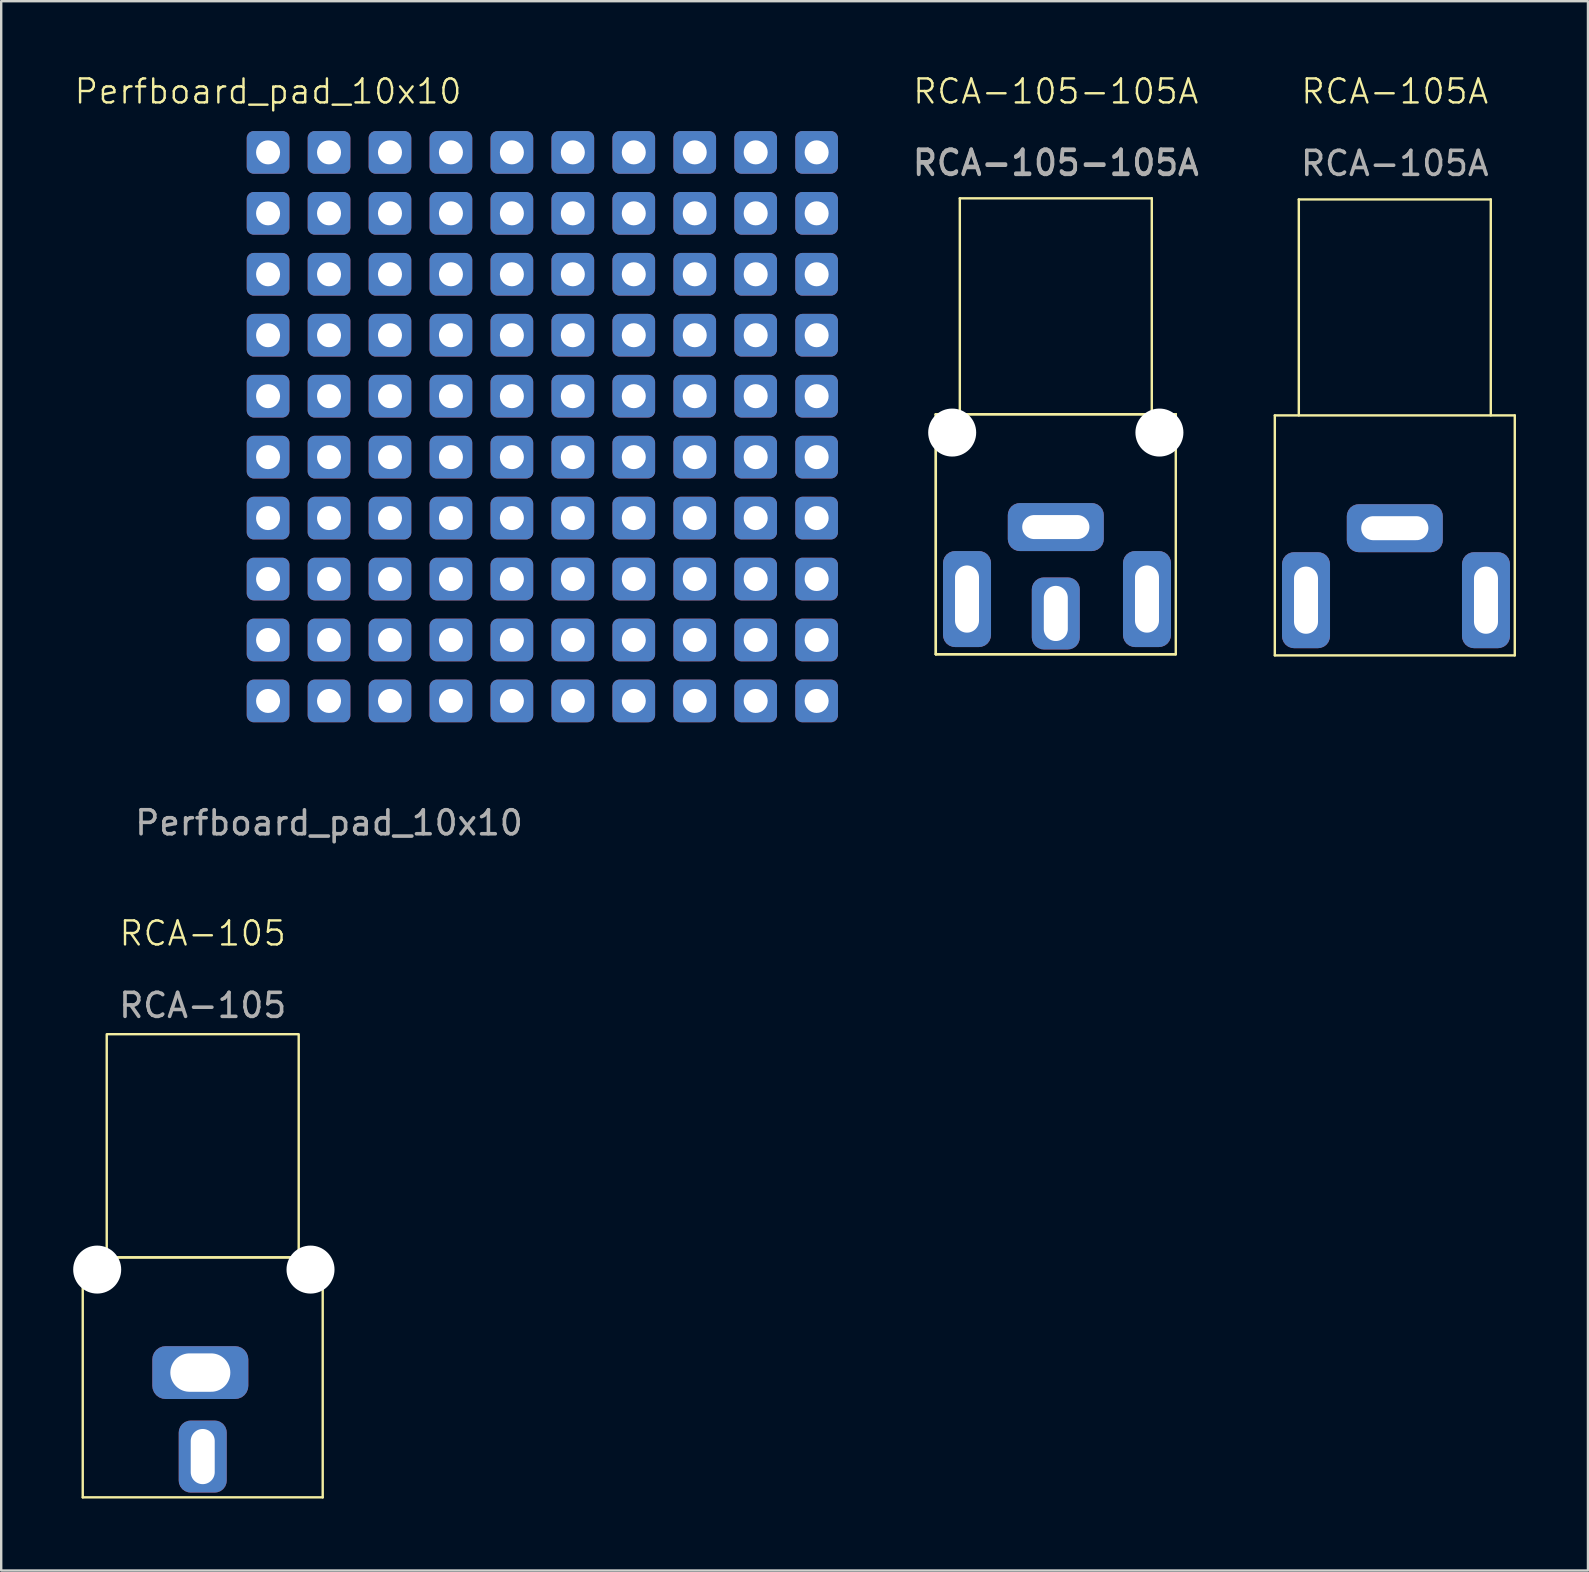
<source format=kicad_pcb>
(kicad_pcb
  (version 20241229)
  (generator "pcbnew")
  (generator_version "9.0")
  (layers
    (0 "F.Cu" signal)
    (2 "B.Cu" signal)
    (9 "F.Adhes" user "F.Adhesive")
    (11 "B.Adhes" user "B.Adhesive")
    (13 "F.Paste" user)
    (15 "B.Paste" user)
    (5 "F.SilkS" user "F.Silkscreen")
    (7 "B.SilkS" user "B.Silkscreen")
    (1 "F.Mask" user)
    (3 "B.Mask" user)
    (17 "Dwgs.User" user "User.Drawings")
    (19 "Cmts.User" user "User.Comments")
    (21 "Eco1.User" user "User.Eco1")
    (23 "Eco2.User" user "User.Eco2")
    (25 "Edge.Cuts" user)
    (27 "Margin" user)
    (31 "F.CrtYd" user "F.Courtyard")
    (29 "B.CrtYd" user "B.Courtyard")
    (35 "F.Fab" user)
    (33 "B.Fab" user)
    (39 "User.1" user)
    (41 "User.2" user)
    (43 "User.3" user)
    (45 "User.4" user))
  (footprint "RCA-105A"
    (layer "F.Cu")
    (at 55.075 14.261)
    (property "Reference" "RCA-105A" (at 0 -13.5 0) (unlocked yes) (layer "F.SilkS") (effects (font (size 1 1) (thickness 0.1))))
    (attr smd)
    (fp_line (start -5 0) (end 5 0) (stroke (width 0.1) (type default)) (layer "F.SilkS"))
    (fp_line (start -5 10) (end -5 0) (stroke (width 0.1) (type default)) (layer "F.SilkS"))
    (fp_line (start -4 -9) (end 4 -9) (stroke (width 0.1) (type default)) (layer "F.SilkS"))
    (fp_line (start -4 0) (end -4 -9) (stroke (width 0.1) (type default)) (layer "F.SilkS"))
    (fp_line (start 4 0) (end 4 -9) (stroke (width 0.1) (type default)) (layer "F.SilkS"))
    (fp_line (start 5 0) (end 5 10) (stroke (width 0.1) (type default)) (layer "F.SilkS"))
    (fp_line (start 5 10) (end -5 10) (stroke (width 0.1) (type default)) (layer "F.SilkS"))
    (fp_text user "${REFERENCE}" (at 0 -10.5 0) (unlocked yes) (layer "F.Fab") (effects (font (size 1 1) (thickness 0.15))))
    (pad "1" thru_hole roundrect (at -3.7 7.7 90) (size 4 2) (drill oval 2.8 1) (layers "*.Cu" "*.Mask") (roundrect_rratio 0.25))
    (pad "1" thru_hole roundrect (at 3.8 7.7 90) (size 4 2) (drill oval 2.8 1) (layers "*.Cu" "*.Mask") (roundrect_rratio 0.25))
    (pad "2" thru_hole roundrect (at 0 4.7) (size 4 2) (drill oval 2.8 1) (layers "*.Cu" "*.Mask") (roundrect_rratio 0.25)))
  (footprint "RCA-105"
    (layer "F.Cu")
    (at 5.318 49.349)
    (property "Reference" "RCA-105" (at 0.08 -13.5 0) (unlocked yes) (layer "F.SilkS") (effects (font (size 1 1) (thickness 0.1))))
    (attr smd)
    (fp_line (start -4.92 0) (end 5.08 0) (stroke (width 0.1) (type default)) (layer "F.SilkS"))
    (fp_line (start -4.92 10) (end -4.92 0) (stroke (width 0.1) (type default)) (layer "F.SilkS"))
    (fp_line (start 5.08 0) (end 5.08 10) (stroke (width 0.1) (type default)) (layer "F.SilkS"))
    (fp_line (start 5.08 10) (end -4.92 10) (stroke (width 0.1) (type default)) (layer "F.SilkS"))
    (fp_rect (start -3.92 -9.3) (end 4.08 0) (stroke (width 0.1) (type default)) (fill no) (layer "F.SilkS"))
    (fp_text user "${REFERENCE}" (at 0.08 -10.5 0) (unlocked yes) (layer "F.Fab") (effects (font (size 1 1) (thickness 0.15))))
    (pad "" np_thru_hole circle (at -4.318 0.508) (size 2 2) (drill 2) (layers "*.Cu" "*.Mask"))
    (pad "" np_thru_hole circle (at 4.572 0.508) (size 2 2) (drill 2) (layers "*.Cu" "*.Mask"))
    (pad "1" thru_hole roundrect (at 0.08 8.3 90) (size 3 2) (drill oval 2.3 1) (layers "*.Cu" "*.Mask") (roundrect_rratio 0.25))
    (pad "2" thru_hole roundrect (at -0.02 4.8) (size 4 2.2) (drill oval 2.5 1.6) (layers "*.Cu" "*.Mask") (roundrect_rratio 0.25)))
  (footprint "RCA-105-105A"
    (layer "F.Cu")
    (at 40.948 14.214)
    (property "Reference" "RCA-105-105A" (at 0 -13.454 0) (unlocked yes) (layer "F.SilkS") (effects (font (size 1 1) (thickness 0.1))))
    (attr smd)
    (fp_line (start -5 0) (end 5 0) (stroke (width 0.1) (type default)) (layer "F.SilkS"))
    (fp_line (start -5 0) (end 5 0) (stroke (width 0.1) (type default)) (layer "F.SilkS"))
    (fp_line (start -5 10) (end -5 0) (stroke (width 0.1) (type default)) (layer "F.SilkS"))
    (fp_line (start -5 10) (end -5 0) (stroke (width 0.1) (type default)) (layer "F.SilkS"))
    (fp_line (start -4 -9) (end 4 -9) (stroke (width 0.1) (type default)) (layer "F.SilkS"))
    (fp_line (start -4 0) (end -4 -9) (stroke (width 0.1) (type default)) (layer "F.SilkS"))
    (fp_line (start 4 0) (end 4 -9) (stroke (width 0.1) (type default)) (layer "F.SilkS"))
    (fp_line (start 5 0) (end 5 10) (stroke (width 0.1) (type default)) (layer "F.SilkS"))
    (fp_line (start 5 10) (end -5 10) (stroke (width 0.1) (type default)) (layer "F.SilkS"))
    (fp_line (start 5 10) (end -5 10) (stroke (width 0.1) (type default)) (layer "F.SilkS"))
    (fp_text user "${REFERENCE}" (at 0 -10.454 0) (unlocked yes) (layer "F.Fab") (effects (font (size 1 1) (thickness 0.15))))
    (fp_text user "${REFERENCE}" (at 0 -10.5 0) (unlocked yes) (layer "F.Fab") (effects (font (size 1 1) (thickness 0.15))))
    (pad "" np_thru_hole circle (at -4.318 0.762) (size 2 2) (drill 2) (layers "*.Cu" "*.Mask"))
    (pad "" np_thru_hole circle (at 4.318 0.762) (size 2 2) (drill 2) (layers "*.Cu" "*.Mask"))
    (pad "1" thru_hole roundrect (at -3.7 7.7 90) (size 4 2) (drill oval 2.8 1) (layers "*.Cu" "*.Mask") (roundrect_rratio 0.25))
    (pad "1" thru_hole roundrect (at 0 8.3 90) (size 3 2) (drill oval 2.3 1) (layers "*.Cu" "*.Mask") (roundrect_rratio 0.25))
    (pad "1" thru_hole roundrect (at 3.8 7.7 90) (size 4 2) (drill oval 2.8 1) (layers "*.Cu" "*.Mask") (roundrect_rratio 0.25))
    (pad "2" thru_hole roundrect (at 0 4.7) (size 4 2) (drill oval 2.8 1) (layers "*.Cu" "*.Mask") (roundrect_rratio 0.25)))
  (footprint "Perfboard_pad_10x10"
    (layer "F.Cu")
    (at 8.121 3.3)
    (property "Reference" "Perfboard_pad_10x10" (at 0 -2.54 0) (unlocked yes) (layer "F.SilkS") (effects (font (size 1 1) (thickness 0.1))))
    (attr through_hole board_only exclude_from_pos_files exclude_from_bom allow_missing_courtyard)
    (fp_text user "${REFERENCE}" (at 2.54 27.94 0) (unlocked yes) (layer "F.Fab") (effects (font (size 1 1) (thickness 0.15))))
    (pad "" thru_hole roundrect (at 0 0) (size 1.778 1.778) (drill 1) (layers "*.Cu" "*.Mask") (roundrect_rratio 0.164))
    (pad "" thru_hole roundrect (at 0 2.54) (size 1.778 1.778) (drill 1) (layers "*.Cu" "*.Mask") (roundrect_rratio 0.164))
    (pad "" thru_hole roundrect (at 0 5.08) (size 1.778 1.778) (drill 1) (layers "*.Cu" "*.Mask") (roundrect_rratio 0.164))
    (pad "" thru_hole roundrect (at 0 7.62) (size 1.778 1.778) (drill 1) (layers "*.Cu" "*.Mask") (roundrect_rratio 0.164))
    (pad "" thru_hole roundrect (at 0 10.16) (size 1.778 1.778) (drill 1) (layers "*.Cu" "*.Mask") (roundrect_rratio 0.164))
    (pad "" thru_hole roundrect (at 0 12.7) (size 1.778 1.778) (drill 1) (layers "*.Cu" "*.Mask") (roundrect_rratio 0.164))
    (pad "" thru_hole roundrect (at 0 15.24) (size 1.778 1.778) (drill 1) (layers "*.Cu" "*.Mask") (roundrect_rratio 0.164))
    (pad "" thru_hole roundrect (at 0 17.78) (size 1.778 1.778) (drill 1) (layers "*.Cu" "*.Mask") (roundrect_rratio 0.164))
    (pad "" thru_hole roundrect (at 0 20.32) (size 1.778 1.778) (drill 1) (layers "*.Cu" "*.Mask") (roundrect_rratio 0.164))
    (pad "" thru_hole roundrect (at 0 22.86) (size 1.778 1.778) (drill 1) (layers "*.Cu" "*.Mask") (roundrect_rratio 0.164))
    (pad "" thru_hole roundrect (at 2.54 0) (size 1.778 1.778) (drill 1) (layers "*.Cu" "*.Mask") (roundrect_rratio 0.164))
    (pad "" thru_hole roundrect (at 2.54 2.54) (size 1.778 1.778) (drill 1) (layers "*.Cu" "*.Mask") (roundrect_rratio 0.164))
    (pad "" thru_hole roundrect (at 2.54 5.08) (size 1.778 1.778) (drill 1) (layers "*.Cu" "*.Mask") (roundrect_rratio 0.164))
    (pad "" thru_hole roundrect (at 2.54 7.62) (size 1.778 1.778) (drill 1) (layers "*.Cu" "*.Mask") (roundrect_rratio 0.164))
    (pad "" thru_hole roundrect (at 2.54 10.16) (size 1.778 1.778) (drill 1) (layers "*.Cu" "*.Mask") (roundrect_rratio 0.164))
    (pad "" thru_hole roundrect (at 2.54 12.7) (size 1.778 1.778) (drill 1) (layers "*.Cu" "*.Mask") (roundrect_rratio 0.164))
    (pad "" thru_hole roundrect (at 2.54 15.24) (size 1.778 1.778) (drill 1) (layers "*.Cu" "*.Mask") (roundrect_rratio 0.164))
    (pad "" thru_hole roundrect (at 2.54 17.78) (size 1.778 1.778) (drill 1) (layers "*.Cu" "*.Mask") (roundrect_rratio 0.164))
    (pad "" thru_hole roundrect (at 2.54 20.32) (size 1.778 1.778) (drill 1) (layers "*.Cu" "*.Mask") (roundrect_rratio 0.164))
    (pad "" thru_hole roundrect (at 2.54 22.86) (size 1.778 1.778) (drill 1) (layers "*.Cu" "*.Mask") (roundrect_rratio 0.164))
    (pad "" thru_hole roundrect (at 5.08 0) (size 1.778 1.778) (drill 1) (layers "*.Cu" "*.Mask") (roundrect_rratio 0.164))
    (pad "" thru_hole roundrect (at 5.08 2.54) (size 1.778 1.778) (drill 1) (layers "*.Cu" "*.Mask") (roundrect_rratio 0.164))
    (pad "" thru_hole roundrect (at 5.08 5.08) (size 1.778 1.778) (drill 1) (layers "*.Cu" "*.Mask") (roundrect_rratio 0.164))
    (pad "" thru_hole roundrect (at 5.08 7.62) (size 1.778 1.778) (drill 1) (layers "*.Cu" "*.Mask") (roundrect_rratio 0.164))
    (pad "" thru_hole roundrect (at 5.08 10.16) (size 1.778 1.778) (drill 1) (layers "*.Cu" "*.Mask") (roundrect_rratio 0.164))
    (pad "" thru_hole roundrect (at 5.08 12.7) (size 1.778 1.778) (drill 1) (layers "*.Cu" "*.Mask") (roundrect_rratio 0.164))
    (pad "" thru_hole roundrect (at 5.08 15.24) (size 1.778 1.778) (drill 1) (layers "*.Cu" "*.Mask") (roundrect_rratio 0.164))
    (pad "" thru_hole roundrect (at 5.08 17.78) (size 1.778 1.778) (drill 1) (layers "*.Cu" "*.Mask") (roundrect_rratio 0.164))
    (pad "" thru_hole roundrect (at 5.08 20.32) (size 1.778 1.778) (drill 1) (layers "*.Cu" "*.Mask") (roundrect_rratio 0.164))
    (pad "" thru_hole roundrect (at 5.08 22.86) (size 1.778 1.778) (drill 1) (layers "*.Cu" "*.Mask") (roundrect_rratio 0.164))
    (pad "" thru_hole roundrect (at 7.62 0) (size 1.778 1.778) (drill 1) (layers "*.Cu" "*.Mask") (roundrect_rratio 0.164))
    (pad "" thru_hole roundrect (at 7.62 2.54) (size 1.778 1.778) (drill 1) (layers "*.Cu" "*.Mask") (roundrect_rratio 0.164))
    (pad "" thru_hole roundrect (at 7.62 5.08) (size 1.778 1.778) (drill 1) (layers "*.Cu" "*.Mask") (roundrect_rratio 0.164))
    (pad "" thru_hole roundrect (at 7.62 7.62) (size 1.778 1.778) (drill 1) (layers "*.Cu" "*.Mask") (roundrect_rratio 0.164))
    (pad "" thru_hole roundrect (at 7.62 10.16) (size 1.778 1.778) (drill 1) (layers "*.Cu" "*.Mask") (roundrect_rratio 0.164))
    (pad "" thru_hole roundrect (at 7.62 12.7) (size 1.778 1.778) (drill 1) (layers "*.Cu" "*.Mask") (roundrect_rratio 0.164))
    (pad "" thru_hole roundrect (at 7.62 15.24) (size 1.778 1.778) (drill 1) (layers "*.Cu" "*.Mask") (roundrect_rratio 0.164))
    (pad "" thru_hole roundrect (at 7.62 17.78) (size 1.778 1.778) (drill 1) (layers "*.Cu" "*.Mask") (roundrect_rratio 0.164))
    (pad "" thru_hole roundrect (at 7.62 20.32) (size 1.778 1.778) (drill 1) (layers "*.Cu" "*.Mask") (roundrect_rratio 0.164))
    (pad "" thru_hole roundrect (at 7.62 22.86) (size 1.778 1.778) (drill 1) (layers "*.Cu" "*.Mask") (roundrect_rratio 0.164))
    (pad "" thru_hole roundrect (at 10.16 0) (size 1.778 1.778) (drill 1) (layers "*.Cu" "*.Mask") (roundrect_rratio 0.164))
    (pad "" thru_hole roundrect (at 10.16 2.54) (size 1.778 1.778) (drill 1) (layers "*.Cu" "*.Mask") (roundrect_rratio 0.164))
    (pad "" thru_hole roundrect (at 10.16 5.08) (size 1.778 1.778) (drill 1) (layers "*.Cu" "*.Mask") (roundrect_rratio 0.164))
    (pad "" thru_hole roundrect (at 10.16 7.62) (size 1.778 1.778) (drill 1) (layers "*.Cu" "*.Mask") (roundrect_rratio 0.164))
    (pad "" thru_hole roundrect (at 10.16 10.16) (size 1.778 1.778) (drill 1) (layers "*.Cu" "*.Mask") (roundrect_rratio 0.164))
    (pad "" thru_hole roundrect (at 10.16 12.7) (size 1.778 1.778) (drill 1) (layers "*.Cu" "*.Mask") (roundrect_rratio 0.164))
    (pad "" thru_hole roundrect (at 10.16 15.24) (size 1.778 1.778) (drill 1) (layers "*.Cu" "*.Mask") (roundrect_rratio 0.164))
    (pad "" thru_hole roundrect (at 10.16 17.78) (size 1.778 1.778) (drill 1) (layers "*.Cu" "*.Mask") (roundrect_rratio 0.164))
    (pad "" thru_hole roundrect (at 10.16 20.32) (size 1.778 1.778) (drill 1) (layers "*.Cu" "*.Mask") (roundrect_rratio 0.164))
    (pad "" thru_hole roundrect (at 10.16 22.86) (size 1.778 1.778) (drill 1) (layers "*.Cu" "*.Mask") (roundrect_rratio 0.164))
    (pad "" thru_hole roundrect (at 12.7 0) (size 1.778 1.778) (drill 1) (layers "*.Cu" "*.Mask") (roundrect_rratio 0.164))
    (pad "" thru_hole roundrect (at 12.7 2.54) (size 1.778 1.778) (drill 1) (layers "*.Cu" "*.Mask") (roundrect_rratio 0.164))
    (pad "" thru_hole roundrect (at 12.7 5.08) (size 1.778 1.778) (drill 1) (layers "*.Cu" "*.Mask") (roundrect_rratio 0.164))
    (pad "" thru_hole roundrect (at 12.7 7.62) (size 1.778 1.778) (drill 1) (layers "*.Cu" "*.Mask") (roundrect_rratio 0.164))
    (pad "" thru_hole roundrect (at 12.7 10.16) (size 1.778 1.778) (drill 1) (layers "*.Cu" "*.Mask") (roundrect_rratio 0.164))
    (pad "" thru_hole roundrect (at 12.7 12.7) (size 1.778 1.778) (drill 1) (layers "*.Cu" "*.Mask") (roundrect_rratio 0.164))
    (pad "" thru_hole roundrect (at 12.7 15.24) (size 1.778 1.778) (drill 1) (layers "*.Cu" "*.Mask") (roundrect_rratio 0.164))
    (pad "" thru_hole roundrect (at 12.7 17.78) (size 1.778 1.778) (drill 1) (layers "*.Cu" "*.Mask") (roundrect_rratio 0.164))
    (pad "" thru_hole roundrect (at 12.7 20.32) (size 1.778 1.778) (drill 1) (layers "*.Cu" "*.Mask") (roundrect_rratio 0.164))
    (pad "" thru_hole roundrect (at 12.7 22.86) (size 1.778 1.778) (drill 1) (layers "*.Cu" "*.Mask") (roundrect_rratio 0.164))
    (pad "" thru_hole roundrect (at 15.24 0) (size 1.778 1.778) (drill 1) (layers "*.Cu" "*.Mask") (roundrect_rratio 0.164))
    (pad "" thru_hole roundrect (at 15.24 2.54) (size 1.778 1.778) (drill 1) (layers "*.Cu" "*.Mask") (roundrect_rratio 0.164))
    (pad "" thru_hole roundrect (at 15.24 5.08) (size 1.778 1.778) (drill 1) (layers "*.Cu" "*.Mask") (roundrect_rratio 0.164))
    (pad "" thru_hole roundrect (at 15.24 7.62) (size 1.778 1.778) (drill 1) (layers "*.Cu" "*.Mask") (roundrect_rratio 0.164))
    (pad "" thru_hole roundrect (at 15.24 10.16) (size 1.778 1.778) (drill 1) (layers "*.Cu" "*.Mask") (roundrect_rratio 0.164))
    (pad "" thru_hole roundrect (at 15.24 12.7) (size 1.778 1.778) (drill 1) (layers "*.Cu" "*.Mask") (roundrect_rratio 0.164))
    (pad "" thru_hole roundrect (at 15.24 15.24) (size 1.778 1.778) (drill 1) (layers "*.Cu" "*.Mask") (roundrect_rratio 0.164))
    (pad "" thru_hole roundrect (at 15.24 17.78) (size 1.778 1.778) (drill 1) (layers "*.Cu" "*.Mask") (roundrect_rratio 0.164))
    (pad "" thru_hole roundrect (at 15.24 20.32) (size 1.778 1.778) (drill 1) (layers "*.Cu" "*.Mask") (roundrect_rratio 0.164))
    (pad "" thru_hole roundrect (at 15.24 22.86) (size 1.778 1.778) (drill 1) (layers "*.Cu" "*.Mask") (roundrect_rratio 0.164))
    (pad "" thru_hole roundrect (at 17.78 0) (size 1.778 1.778) (drill 1) (layers "*.Cu" "*.Mask") (roundrect_rratio 0.164))
    (pad "" thru_hole roundrect (at 17.78 2.54) (size 1.778 1.778) (drill 1) (layers "*.Cu" "*.Mask") (roundrect_rratio 0.164))
    (pad "" thru_hole roundrect (at 17.78 5.08) (size 1.778 1.778) (drill 1) (layers "*.Cu" "*.Mask") (roundrect_rratio 0.164))
    (pad "" thru_hole roundrect (at 17.78 7.62) (size 1.778 1.778) (drill 1) (layers "*.Cu" "*.Mask") (roundrect_rratio 0.164))
    (pad "" thru_hole roundrect (at 17.78 10.16) (size 1.778 1.778) (drill 1) (layers "*.Cu" "*.Mask") (roundrect_rratio 0.164))
    (pad "" thru_hole roundrect (at 17.78 12.7) (size 1.778 1.778) (drill 1) (layers "*.Cu" "*.Mask") (roundrect_rratio 0.164))
    (pad "" thru_hole roundrect (at 17.78 15.24) (size 1.778 1.778) (drill 1) (layers "*.Cu" "*.Mask") (roundrect_rratio 0.164))
    (pad "" thru_hole roundrect (at 17.78 17.78) (size 1.778 1.778) (drill 1) (layers "*.Cu" "*.Mask") (roundrect_rratio 0.164))
    (pad "" thru_hole roundrect (at 17.78 20.32) (size 1.778 1.778) (drill 1) (layers "*.Cu" "*.Mask") (roundrect_rratio 0.164))
    (pad "" thru_hole roundrect (at 17.78 22.86) (size 1.778 1.778) (drill 1) (layers "*.Cu" "*.Mask") (roundrect_rratio 0.164))
    (pad "" thru_hole roundrect (at 20.32 0) (size 1.778 1.778) (drill 1) (layers "*.Cu" "*.Mask") (roundrect_rratio 0.164))
    (pad "" thru_hole roundrect (at 20.32 2.54) (size 1.778 1.778) (drill 1) (layers "*.Cu" "*.Mask") (roundrect_rratio 0.164))
    (pad "" thru_hole roundrect (at 20.32 5.08) (size 1.778 1.778) (drill 1) (layers "*.Cu" "*.Mask") (roundrect_rratio 0.164))
    (pad "" thru_hole roundrect (at 20.32 7.62) (size 1.778 1.778) (drill 1) (layers "*.Cu" "*.Mask") (roundrect_rratio 0.164))
    (pad "" thru_hole roundrect (at 20.32 10.16) (size 1.778 1.778) (drill 1) (layers "*.Cu" "*.Mask") (roundrect_rratio 0.164))
    (pad "" thru_hole roundrect (at 20.32 12.7) (size 1.778 1.778) (drill 1) (layers "*.Cu" "*.Mask") (roundrect_rratio 0.164))
    (pad "" thru_hole roundrect (at 20.32 15.24) (size 1.778 1.778) (drill 1) (layers "*.Cu" "*.Mask") (roundrect_rratio 0.164))
    (pad "" thru_hole roundrect (at 20.32 17.78) (size 1.778 1.778) (drill 1) (layers "*.Cu" "*.Mask") (roundrect_rratio 0.164))
    (pad "" thru_hole roundrect (at 20.32 20.32) (size 1.778 1.778) (drill 1) (layers "*.Cu" "*.Mask") (roundrect_rratio 0.164))
    (pad "" thru_hole roundrect (at 20.32 22.86) (size 1.778 1.778) (drill 1) (layers "*.Cu" "*.Mask") (roundrect_rratio 0.164))
    (pad "" thru_hole roundrect (at 22.86 0) (size 1.778 1.778) (drill 1) (layers "*.Cu" "*.Mask") (roundrect_rratio 0.164))
    (pad "" thru_hole roundrect (at 22.86 2.54) (size 1.778 1.778) (drill 1) (layers "*.Cu" "*.Mask") (roundrect_rratio 0.164))
    (pad "" thru_hole roundrect (at 22.86 5.08) (size 1.778 1.778) (drill 1) (layers "*.Cu" "*.Mask") (roundrect_rratio 0.164))
    (pad "" thru_hole roundrect (at 22.86 7.62) (size 1.778 1.778) (drill 1) (layers "*.Cu" "*.Mask") (roundrect_rratio 0.164))
    (pad "" thru_hole roundrect (at 22.86 10.16) (size 1.778 1.778) (drill 1) (layers "*.Cu" "*.Mask") (roundrect_rratio 0.164))
    (pad "" thru_hole roundrect (at 22.86 12.7) (size 1.778 1.778) (drill 1) (layers "*.Cu" "*.Mask") (roundrect_rratio 0.164))
    (pad "" thru_hole roundrect (at 22.86 15.24) (size 1.778 1.778) (drill 1) (layers "*.Cu" "*.Mask") (roundrect_rratio 0.164))
    (pad "" thru_hole roundrect (at 22.86 17.78) (size 1.778 1.778) (drill 1) (layers "*.Cu" "*.Mask") (roundrect_rratio 0.164))
    (pad "" thru_hole roundrect (at 22.86 20.32) (size 1.778 1.778) (drill 1) (layers "*.Cu" "*.Mask") (roundrect_rratio 0.164))
    (pad "" thru_hole roundrect (at 22.86 22.86) (size 1.778 1.778) (drill 1) (layers "*.Cu" "*.Mask") (roundrect_rratio 0.164)))
  (gr_rect
    (start -3 -3)
    (end 63.125 62.399)
    (stroke (width 0.1) (type default))
    (fill no)
    (layer "Edge.Cuts")))
</source>
